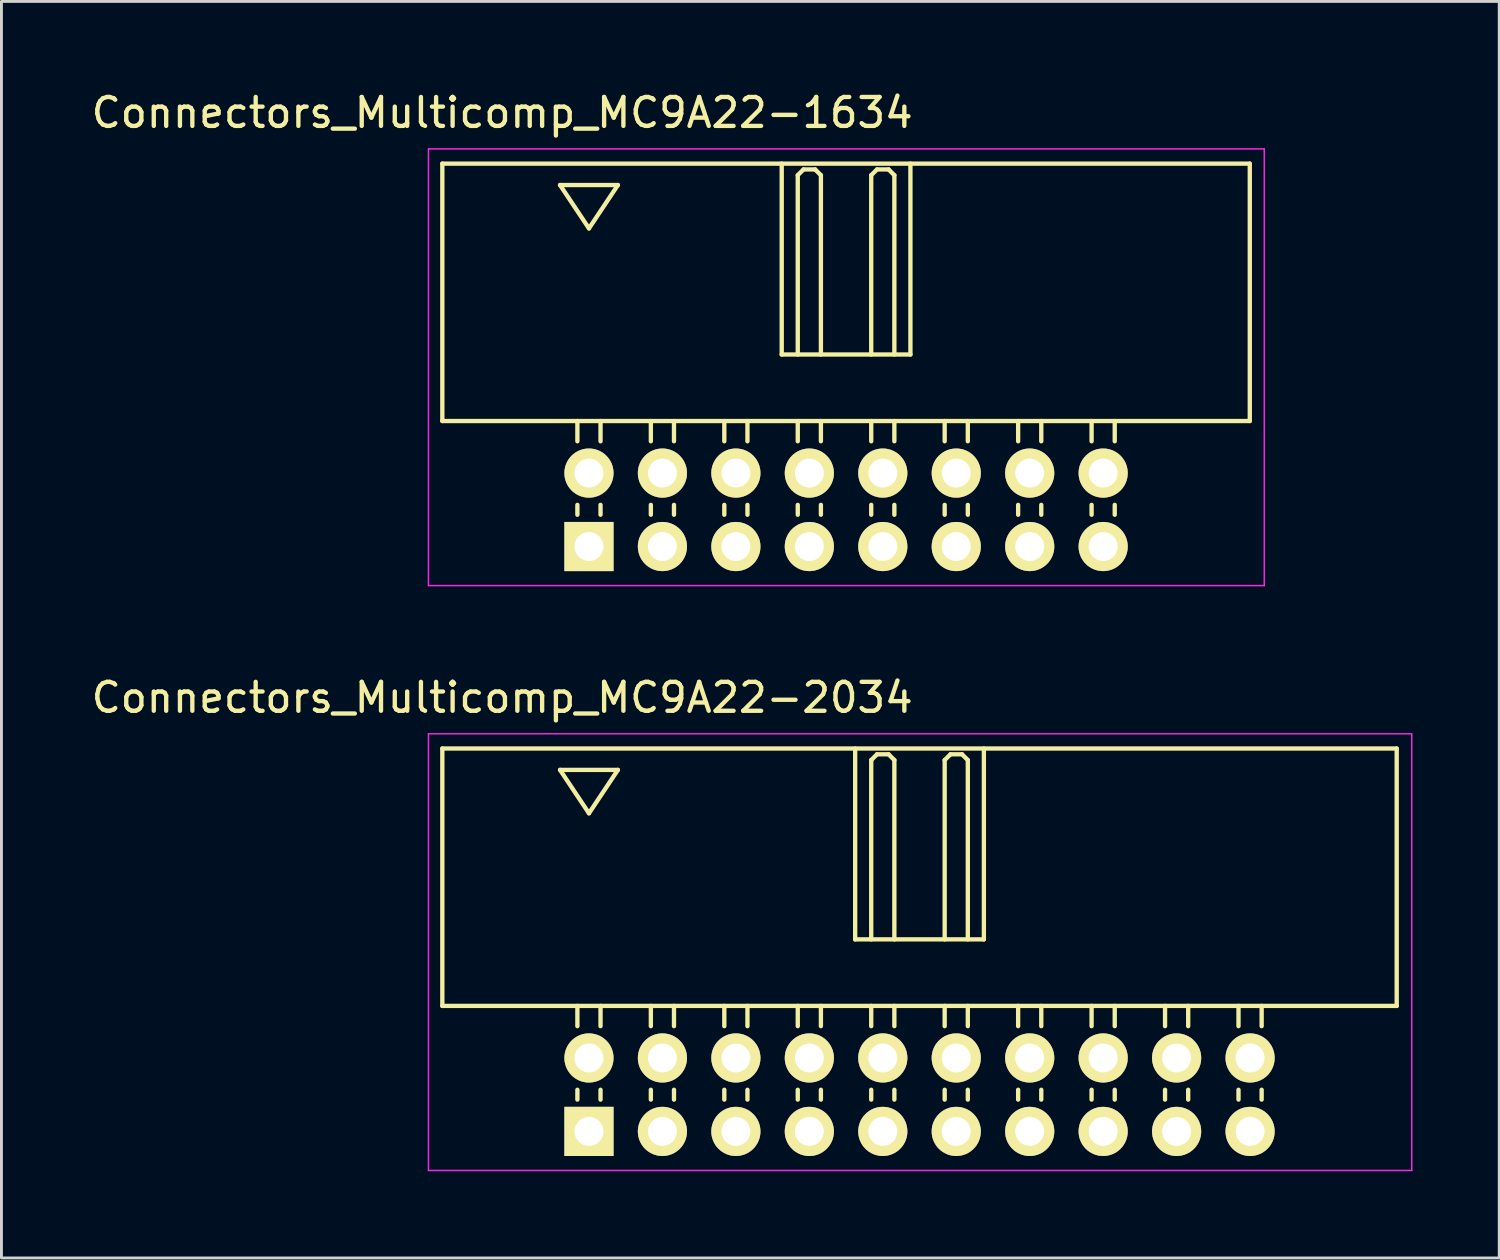
<source format=kicad_pcb>
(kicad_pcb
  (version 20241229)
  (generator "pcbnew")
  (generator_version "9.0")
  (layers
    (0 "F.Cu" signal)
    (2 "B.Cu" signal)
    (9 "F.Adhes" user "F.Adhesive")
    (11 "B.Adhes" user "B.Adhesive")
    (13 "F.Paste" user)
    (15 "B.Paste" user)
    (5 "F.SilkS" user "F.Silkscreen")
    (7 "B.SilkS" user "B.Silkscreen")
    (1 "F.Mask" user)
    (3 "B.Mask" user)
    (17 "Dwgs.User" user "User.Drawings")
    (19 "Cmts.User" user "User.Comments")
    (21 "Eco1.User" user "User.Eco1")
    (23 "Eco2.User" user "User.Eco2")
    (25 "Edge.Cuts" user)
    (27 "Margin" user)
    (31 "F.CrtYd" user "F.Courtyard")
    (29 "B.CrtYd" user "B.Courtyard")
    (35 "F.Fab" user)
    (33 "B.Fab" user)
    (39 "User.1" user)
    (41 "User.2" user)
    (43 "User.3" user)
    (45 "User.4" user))
  (footprint "Connectors_Multicomp_MC9A22-2034"
    (layer "F.Cu")
    (at 17.315 36.072)
    (property "Reference" "Connectors_Multicomp_MC9A22-2034" (at -3 -15 0) (layer "F.SilkS") (effects (font (size 1 1) (thickness 0.15))))
    (attr through_hole)
    (fp_line (start -5.07 -13.24) (end 27.93 -13.24) (stroke (width 0.15) (type solid)) (layer "F.SilkS"))
    (fp_line (start -5.07 -4.34) (end -5.07 -13.24) (stroke (width 0.15) (type solid)) (layer "F.SilkS"))
    (fp_line (start -1 -12.5) (end 1 -12.5) (stroke (width 0.15) (type solid)) (layer "F.SilkS"))
    (fp_line (start -0.4 -3.64) (end -0.4 -4.34) (stroke (width 0.15) (type solid)) (layer "F.SilkS"))
    (fp_line (start -0.4 -1.1) (end -0.4 -1.44) (stroke (width 0.15) (type solid)) (layer "F.SilkS"))
    (fp_line (start 0 -11) (end -1 -12.5) (stroke (width 0.15) (type solid)) (layer "F.SilkS"))
    (fp_line (start 0.4 -3.64) (end 0.4 -4.34) (stroke (width 0.15) (type solid)) (layer "F.SilkS"))
    (fp_line (start 0.4 -1.1) (end 0.4 -1.44) (stroke (width 0.15) (type solid)) (layer "F.SilkS"))
    (fp_line (start 1 -12.5) (end 0 -11) (stroke (width 0.15) (type solid)) (layer "F.SilkS"))
    (fp_line (start 2.14 -3.64) (end 2.14 -4.34) (stroke (width 0.15) (type solid)) (layer "F.SilkS"))
    (fp_line (start 2.14 -1.1) (end 2.14 -1.44) (stroke (width 0.15) (type solid)) (layer "F.SilkS"))
    (fp_line (start 2.94 -3.64) (end 2.94 -4.34) (stroke (width 0.15) (type solid)) (layer "F.SilkS"))
    (fp_line (start 2.94 -1.1) (end 2.94 -1.44) (stroke (width 0.15) (type solid)) (layer "F.SilkS"))
    (fp_line (start 4.68 -3.64) (end 4.68 -4.34) (stroke (width 0.15) (type solid)) (layer "F.SilkS"))
    (fp_line (start 4.68 -1.1) (end 4.68 -1.44) (stroke (width 0.15) (type solid)) (layer "F.SilkS"))
    (fp_line (start 5.48 -3.64) (end 5.48 -4.34) (stroke (width 0.15) (type solid)) (layer "F.SilkS"))
    (fp_line (start 5.48 -1.1) (end 5.48 -1.44) (stroke (width 0.15) (type solid)) (layer "F.SilkS"))
    (fp_line (start 7.22 -3.64) (end 7.22 -4.34) (stroke (width 0.15) (type solid)) (layer "F.SilkS"))
    (fp_line (start 7.22 -1.1) (end 7.22 -1.44) (stroke (width 0.15) (type solid)) (layer "F.SilkS"))
    (fp_line (start 8.02 -3.64) (end 8.02 -4.34) (stroke (width 0.15) (type solid)) (layer "F.SilkS"))
    (fp_line (start 8.02 -1.1) (end 8.02 -1.44) (stroke (width 0.15) (type solid)) (layer "F.SilkS"))
    (fp_line (start 9.205 -13.24) (end 9.205 -6.64) (stroke (width 0.15) (type solid)) (layer "F.SilkS"))
    (fp_line (start 9.205 -6.64) (end 13.655 -6.64) (stroke (width 0.15) (type solid)) (layer "F.SilkS"))
    (fp_line (start 9.76 -12.84) (end 9.96 -13.04) (stroke (width 0.15) (type solid)) (layer "F.SilkS"))
    (fp_line (start 9.76 -6.64) (end 9.76 -12.84) (stroke (width 0.15) (type solid)) (layer "F.SilkS"))
    (fp_line (start 9.76 -3.64) (end 9.76 -4.34) (stroke (width 0.15) (type solid)) (layer "F.SilkS"))
    (fp_line (start 9.76 -1.1) (end 9.76 -1.44) (stroke (width 0.15) (type solid)) (layer "F.SilkS"))
    (fp_line (start 9.96 -13.04) (end 10.36 -13.04) (stroke (width 0.15) (type solid)) (layer "F.SilkS"))
    (fp_line (start 10.36 -13.04) (end 10.56 -12.84) (stroke (width 0.15) (type solid)) (layer "F.SilkS"))
    (fp_line (start 10.56 -12.84) (end 10.56 -6.64) (stroke (width 0.15) (type solid)) (layer "F.SilkS"))
    (fp_line (start 10.56 -3.64) (end 10.56 -4.34) (stroke (width 0.15) (type solid)) (layer "F.SilkS"))
    (fp_line (start 10.56 -1.1) (end 10.56 -1.44) (stroke (width 0.15) (type solid)) (layer "F.SilkS"))
    (fp_line (start 12.3 -12.84) (end 12.5 -13.04) (stroke (width 0.15) (type solid)) (layer "F.SilkS"))
    (fp_line (start 12.3 -6.64) (end 12.3 -12.84) (stroke (width 0.15) (type solid)) (layer "F.SilkS"))
    (fp_line (start 12.3 -3.64) (end 12.3 -4.34) (stroke (width 0.15) (type solid)) (layer "F.SilkS"))
    (fp_line (start 12.3 -1.1) (end 12.3 -1.44) (stroke (width 0.15) (type solid)) (layer "F.SilkS"))
    (fp_line (start 12.5 -13.04) (end 12.9 -13.04) (stroke (width 0.15) (type solid)) (layer "F.SilkS"))
    (fp_line (start 12.9 -13.04) (end 13.1 -12.84) (stroke (width 0.15) (type solid)) (layer "F.SilkS"))
    (fp_line (start 13.1 -12.84) (end 13.1 -6.64) (stroke (width 0.15) (type solid)) (layer "F.SilkS"))
    (fp_line (start 13.1 -3.64) (end 13.1 -4.34) (stroke (width 0.15) (type solid)) (layer "F.SilkS"))
    (fp_line (start 13.1 -1.1) (end 13.1 -1.44) (stroke (width 0.15) (type solid)) (layer "F.SilkS"))
    (fp_line (start 13.655 -6.64) (end 13.655 -13.24) (stroke (width 0.15) (type solid)) (layer "F.SilkS"))
    (fp_line (start 14.84 -3.64) (end 14.84 -4.34) (stroke (width 0.15) (type solid)) (layer "F.SilkS"))
    (fp_line (start 14.84 -1.1) (end 14.84 -1.44) (stroke (width 0.15) (type solid)) (layer "F.SilkS"))
    (fp_line (start 15.64 -3.64) (end 15.64 -4.34) (stroke (width 0.15) (type solid)) (layer "F.SilkS"))
    (fp_line (start 15.64 -1.1) (end 15.64 -1.44) (stroke (width 0.15) (type solid)) (layer "F.SilkS"))
    (fp_line (start 17.38 -3.64) (end 17.38 -4.34) (stroke (width 0.15) (type solid)) (layer "F.SilkS"))
    (fp_line (start 17.38 -1.1) (end 17.38 -1.44) (stroke (width 0.15) (type solid)) (layer "F.SilkS"))
    (fp_line (start 18.18 -3.64) (end 18.18 -4.34) (stroke (width 0.15) (type solid)) (layer "F.SilkS"))
    (fp_line (start 18.18 -1.1) (end 18.18 -1.44) (stroke (width 0.15) (type solid)) (layer "F.SilkS"))
    (fp_line (start 19.92 -3.64) (end 19.92 -4.34) (stroke (width 0.15) (type solid)) (layer "F.SilkS"))
    (fp_line (start 19.92 -1.1) (end 19.92 -1.44) (stroke (width 0.15) (type solid)) (layer "F.SilkS"))
    (fp_line (start 20.72 -3.64) (end 20.72 -4.34) (stroke (width 0.15) (type solid)) (layer "F.SilkS"))
    (fp_line (start 20.72 -1.1) (end 20.72 -1.44) (stroke (width 0.15) (type solid)) (layer "F.SilkS"))
    (fp_line (start 22.46 -3.64) (end 22.46 -4.34) (stroke (width 0.15) (type solid)) (layer "F.SilkS"))
    (fp_line (start 22.46 -1.1) (end 22.46 -1.44) (stroke (width 0.15) (type solid)) (layer "F.SilkS"))
    (fp_line (start 23.26 -3.64) (end 23.26 -4.34) (stroke (width 0.15) (type solid)) (layer "F.SilkS"))
    (fp_line (start 23.26 -1.1) (end 23.26 -1.44) (stroke (width 0.15) (type solid)) (layer "F.SilkS"))
    (fp_line (start 27.93 -13.24) (end 27.93 -4.34) (stroke (width 0.15) (type solid)) (layer "F.SilkS"))
    (fp_line (start 27.93 -4.34) (end -5.07 -4.34) (stroke (width 0.15) (type solid)) (layer "F.SilkS"))
    (fp_line (start -5.55 -13.75) (end 28.45 -13.75) (stroke (width 0.05) (type solid)) (layer "F.CrtYd"))
    (fp_line (start -5.55 1.35) (end -5.55 -13.75) (stroke (width 0.05) (type solid)) (layer "F.CrtYd"))
    (fp_line (start 28.45 -13.75) (end 28.45 1.35) (stroke (width 0.05) (type solid)) (layer "F.CrtYd"))
    (fp_line (start 28.45 1.35) (end -5.55 1.35) (stroke (width 0.05) (type solid)) (layer "F.CrtYd"))
    (pad "1" thru_hole rect (at 0 0) (size 1.7 1.7) (drill 1) (layers "*.Cu" "*.Mask" "F.SilkS"))
    (pad "2" thru_hole circle (at 0 -2.54) (size 1.7 1.7) (drill 1) (layers "*.Cu" "*.Mask" "F.SilkS"))
    (pad "3" thru_hole circle (at 2.54 0) (size 1.7 1.7) (drill 1) (layers "*.Cu" "*.Mask" "F.SilkS"))
    (pad "4" thru_hole circle (at 2.54 -2.54) (size 1.7 1.7) (drill 1) (layers "*.Cu" "*.Mask" "F.SilkS"))
    (pad "5" thru_hole circle (at 5.08 0) (size 1.7 1.7) (drill 1) (layers "*.Cu" "*.Mask" "F.SilkS"))
    (pad "6" thru_hole circle (at 5.08 -2.54) (size 1.7 1.7) (drill 1) (layers "*.Cu" "*.Mask" "F.SilkS"))
    (pad "7" thru_hole circle (at 7.62 0) (size 1.7 1.7) (drill 1) (layers "*.Cu" "*.Mask" "F.SilkS"))
    (pad "8" thru_hole circle (at 7.62 -2.54) (size 1.7 1.7) (drill 1) (layers "*.Cu" "*.Mask" "F.SilkS"))
    (pad "9" thru_hole circle (at 10.16 0) (size 1.7 1.7) (drill 1) (layers "*.Cu" "*.Mask" "F.SilkS"))
    (pad "10" thru_hole circle (at 10.16 -2.54) (size 1.7 1.7) (drill 1) (layers "*.Cu" "*.Mask" "F.SilkS"))
    (pad "11" thru_hole circle (at 12.7 0) (size 1.7 1.7) (drill 1) (layers "*.Cu" "*.Mask" "F.SilkS"))
    (pad "12" thru_hole circle (at 12.7 -2.54) (size 1.7 1.7) (drill 1) (layers "*.Cu" "*.Mask" "F.SilkS"))
    (pad "13" thru_hole circle (at 15.24 0) (size 1.7 1.7) (drill 1) (layers "*.Cu" "*.Mask" "F.SilkS"))
    (pad "14" thru_hole circle (at 15.24 -2.54) (size 1.7 1.7) (drill 1) (layers "*.Cu" "*.Mask" "F.SilkS"))
    (pad "15" thru_hole circle (at 17.78 0) (size 1.7 1.7) (drill 1) (layers "*.Cu" "*.Mask" "F.SilkS"))
    (pad "16" thru_hole circle (at 17.78 -2.54) (size 1.7 1.7) (drill 1) (layers "*.Cu" "*.Mask" "F.SilkS"))
    (pad "17" thru_hole circle (at 20.32 0) (size 1.7 1.7) (drill 1) (layers "*.Cu" "*.Mask" "F.SilkS"))
    (pad "18" thru_hole circle (at 20.32 -2.54) (size 1.7 1.7) (drill 1) (layers "*.Cu" "*.Mask" "F.SilkS"))
    (pad "19" thru_hole circle (at 22.86 0) (size 1.7 1.7) (drill 1) (layers "*.Cu" "*.Mask" "F.SilkS"))
    (pad "20" thru_hole circle (at 22.86 -2.54) (size 1.7 1.7) (drill 1) (layers "*.Cu" "*.Mask" "F.SilkS")))
  (footprint "Connectors_Multicomp_MC9A22-1634"
    (layer "F.Cu")
    (at 17.315 15.848)
    (property "Reference" "Connectors_Multicomp_MC9A22-1634" (at -3 -15 0) (layer "F.SilkS") (effects (font (size 1 1) (thickness 0.15))))
    (attr through_hole)
    (fp_line (start -5.07 -13.24) (end 22.85 -13.24) (stroke (width 0.15) (type solid)) (layer "F.SilkS"))
    (fp_line (start -5.07 -4.34) (end -5.07 -13.24) (stroke (width 0.15) (type solid)) (layer "F.SilkS"))
    (fp_line (start -1 -12.5) (end 1 -12.5) (stroke (width 0.15) (type solid)) (layer "F.SilkS"))
    (fp_line (start -0.4 -3.64) (end -0.4 -4.34) (stroke (width 0.15) (type solid)) (layer "F.SilkS"))
    (fp_line (start -0.4 -1.1) (end -0.4 -1.44) (stroke (width 0.15) (type solid)) (layer "F.SilkS"))
    (fp_line (start 0 -11) (end -1 -12.5) (stroke (width 0.15) (type solid)) (layer "F.SilkS"))
    (fp_line (start 0.4 -3.64) (end 0.4 -4.34) (stroke (width 0.15) (type solid)) (layer "F.SilkS"))
    (fp_line (start 0.4 -1.1) (end 0.4 -1.44) (stroke (width 0.15) (type solid)) (layer "F.SilkS"))
    (fp_line (start 1 -12.5) (end 0 -11) (stroke (width 0.15) (type solid)) (layer "F.SilkS"))
    (fp_line (start 2.14 -3.64) (end 2.14 -4.34) (stroke (width 0.15) (type solid)) (layer "F.SilkS"))
    (fp_line (start 2.14 -1.1) (end 2.14 -1.44) (stroke (width 0.15) (type solid)) (layer "F.SilkS"))
    (fp_line (start 2.94 -3.64) (end 2.94 -4.34) (stroke (width 0.15) (type solid)) (layer "F.SilkS"))
    (fp_line (start 2.94 -1.1) (end 2.94 -1.44) (stroke (width 0.15) (type solid)) (layer "F.SilkS"))
    (fp_line (start 4.68 -3.64) (end 4.68 -4.34) (stroke (width 0.15) (type solid)) (layer "F.SilkS"))
    (fp_line (start 4.68 -1.1) (end 4.68 -1.44) (stroke (width 0.15) (type solid)) (layer "F.SilkS"))
    (fp_line (start 5.48 -3.64) (end 5.48 -4.34) (stroke (width 0.15) (type solid)) (layer "F.SilkS"))
    (fp_line (start 5.48 -1.1) (end 5.48 -1.44) (stroke (width 0.15) (type solid)) (layer "F.SilkS"))
    (fp_line (start 6.665 -13.24) (end 6.665 -6.64) (stroke (width 0.15) (type solid)) (layer "F.SilkS"))
    (fp_line (start 6.665 -6.64) (end 11.115 -6.64) (stroke (width 0.15) (type solid)) (layer "F.SilkS"))
    (fp_line (start 7.22 -12.84) (end 7.42 -13.04) (stroke (width 0.15) (type solid)) (layer "F.SilkS"))
    (fp_line (start 7.22 -6.64) (end 7.22 -12.84) (stroke (width 0.15) (type solid)) (layer "F.SilkS"))
    (fp_line (start 7.22 -3.64) (end 7.22 -4.34) (stroke (width 0.15) (type solid)) (layer "F.SilkS"))
    (fp_line (start 7.22 -1.1) (end 7.22 -1.44) (stroke (width 0.15) (type solid)) (layer "F.SilkS"))
    (fp_line (start 7.42 -13.04) (end 7.82 -13.04) (stroke (width 0.15) (type solid)) (layer "F.SilkS"))
    (fp_line (start 7.82 -13.04) (end 8.02 -12.84) (stroke (width 0.15) (type solid)) (layer "F.SilkS"))
    (fp_line (start 8.02 -12.84) (end 8.02 -6.64) (stroke (width 0.15) (type solid)) (layer "F.SilkS"))
    (fp_line (start 8.02 -3.64) (end 8.02 -4.34) (stroke (width 0.15) (type solid)) (layer "F.SilkS"))
    (fp_line (start 8.02 -1.1) (end 8.02 -1.44) (stroke (width 0.15) (type solid)) (layer "F.SilkS"))
    (fp_line (start 9.76 -12.84) (end 9.96 -13.04) (stroke (width 0.15) (type solid)) (layer "F.SilkS"))
    (fp_line (start 9.76 -6.64) (end 9.76 -12.84) (stroke (width 0.15) (type solid)) (layer "F.SilkS"))
    (fp_line (start 9.76 -3.64) (end 9.76 -4.34) (stroke (width 0.15) (type solid)) (layer "F.SilkS"))
    (fp_line (start 9.76 -1.1) (end 9.76 -1.44) (stroke (width 0.15) (type solid)) (layer "F.SilkS"))
    (fp_line (start 9.96 -13.04) (end 10.36 -13.04) (stroke (width 0.15) (type solid)) (layer "F.SilkS"))
    (fp_line (start 10.36 -13.04) (end 10.56 -12.84) (stroke (width 0.15) (type solid)) (layer "F.SilkS"))
    (fp_line (start 10.56 -12.84) (end 10.56 -6.64) (stroke (width 0.15) (type solid)) (layer "F.SilkS"))
    (fp_line (start 10.56 -3.64) (end 10.56 -4.34) (stroke (width 0.15) (type solid)) (layer "F.SilkS"))
    (fp_line (start 10.56 -1.1) (end 10.56 -1.44) (stroke (width 0.15) (type solid)) (layer "F.SilkS"))
    (fp_line (start 11.115 -6.64) (end 11.115 -13.24) (stroke (width 0.15) (type solid)) (layer "F.SilkS"))
    (fp_line (start 12.3 -3.64) (end 12.3 -4.34) (stroke (width 0.15) (type solid)) (layer "F.SilkS"))
    (fp_line (start 12.3 -1.1) (end 12.3 -1.44) (stroke (width 0.15) (type solid)) (layer "F.SilkS"))
    (fp_line (start 13.1 -3.64) (end 13.1 -4.34) (stroke (width 0.15) (type solid)) (layer "F.SilkS"))
    (fp_line (start 13.1 -1.1) (end 13.1 -1.44) (stroke (width 0.15) (type solid)) (layer "F.SilkS"))
    (fp_line (start 14.84 -3.64) (end 14.84 -4.34) (stroke (width 0.15) (type solid)) (layer "F.SilkS"))
    (fp_line (start 14.84 -1.1) (end 14.84 -1.44) (stroke (width 0.15) (type solid)) (layer "F.SilkS"))
    (fp_line (start 15.64 -3.64) (end 15.64 -4.34) (stroke (width 0.15) (type solid)) (layer "F.SilkS"))
    (fp_line (start 15.64 -1.1) (end 15.64 -1.44) (stroke (width 0.15) (type solid)) (layer "F.SilkS"))
    (fp_line (start 17.38 -3.64) (end 17.38 -4.34) (stroke (width 0.15) (type solid)) (layer "F.SilkS"))
    (fp_line (start 17.38 -1.1) (end 17.38 -1.44) (stroke (width 0.15) (type solid)) (layer "F.SilkS"))
    (fp_line (start 18.18 -3.64) (end 18.18 -4.34) (stroke (width 0.15) (type solid)) (layer "F.SilkS"))
    (fp_line (start 18.18 -1.1) (end 18.18 -1.44) (stroke (width 0.15) (type solid)) (layer "F.SilkS"))
    (fp_line (start 22.85 -13.24) (end 22.85 -4.34) (stroke (width 0.15) (type solid)) (layer "F.SilkS"))
    (fp_line (start 22.85 -4.34) (end -5.07 -4.34) (stroke (width 0.15) (type solid)) (layer "F.SilkS"))
    (fp_line (start -5.55 -13.75) (end 23.35 -13.75) (stroke (width 0.05) (type solid)) (layer "F.CrtYd"))
    (fp_line (start -5.55 1.35) (end -5.55 -13.75) (stroke (width 0.05) (type solid)) (layer "F.CrtYd"))
    (fp_line (start 23.35 -13.75) (end 23.35 1.35) (stroke (width 0.05) (type solid)) (layer "F.CrtYd"))
    (fp_line (start 23.35 1.35) (end -5.55 1.35) (stroke (width 0.05) (type solid)) (layer "F.CrtYd"))
    (pad "1" thru_hole rect (at 0 0) (size 1.7 1.7) (drill 1) (layers "*.Cu" "*.Mask" "F.SilkS"))
    (pad "2" thru_hole circle (at 0 -2.54) (size 1.7 1.7) (drill 1) (layers "*.Cu" "*.Mask" "F.SilkS"))
    (pad "3" thru_hole circle (at 2.54 0) (size 1.7 1.7) (drill 1) (layers "*.Cu" "*.Mask" "F.SilkS"))
    (pad "4" thru_hole circle (at 2.54 -2.54) (size 1.7 1.7) (drill 1) (layers "*.Cu" "*.Mask" "F.SilkS"))
    (pad "5" thru_hole circle (at 5.08 0) (size 1.7 1.7) (drill 1) (layers "*.Cu" "*.Mask" "F.SilkS"))
    (pad "6" thru_hole circle (at 5.08 -2.54) (size 1.7 1.7) (drill 1) (layers "*.Cu" "*.Mask" "F.SilkS"))
    (pad "7" thru_hole circle (at 7.62 0) (size 1.7 1.7) (drill 1) (layers "*.Cu" "*.Mask" "F.SilkS"))
    (pad "8" thru_hole circle (at 7.62 -2.54) (size 1.7 1.7) (drill 1) (layers "*.Cu" "*.Mask" "F.SilkS"))
    (pad "9" thru_hole circle (at 10.16 0) (size 1.7 1.7) (drill 1) (layers "*.Cu" "*.Mask" "F.SilkS"))
    (pad "10" thru_hole circle (at 10.16 -2.54) (size 1.7 1.7) (drill 1) (layers "*.Cu" "*.Mask" "F.SilkS"))
    (pad "11" thru_hole circle (at 12.7 0) (size 1.7 1.7) (drill 1) (layers "*.Cu" "*.Mask" "F.SilkS"))
    (pad "12" thru_hole circle (at 12.7 -2.54) (size 1.7 1.7) (drill 1) (layers "*.Cu" "*.Mask" "F.SilkS"))
    (pad "13" thru_hole circle (at 15.24 0) (size 1.7 1.7) (drill 1) (layers "*.Cu" "*.Mask" "F.SilkS"))
    (pad "14" thru_hole circle (at 15.24 -2.54) (size 1.7 1.7) (drill 1) (layers "*.Cu" "*.Mask" "F.SilkS"))
    (pad "15" thru_hole circle (at 17.78 0) (size 1.7 1.7) (drill 1) (layers "*.Cu" "*.Mask" "F.SilkS"))
    (pad "16" thru_hole circle (at 17.78 -2.54) (size 1.7 1.7) (drill 1) (layers "*.Cu" "*.Mask" "F.SilkS")))
  (gr_rect
    (start -3 -3)
    (end 48.79 40.447)
    (stroke (width 0.1) (type default))
    (fill no)
    (layer "Edge.Cuts")))
</source>
